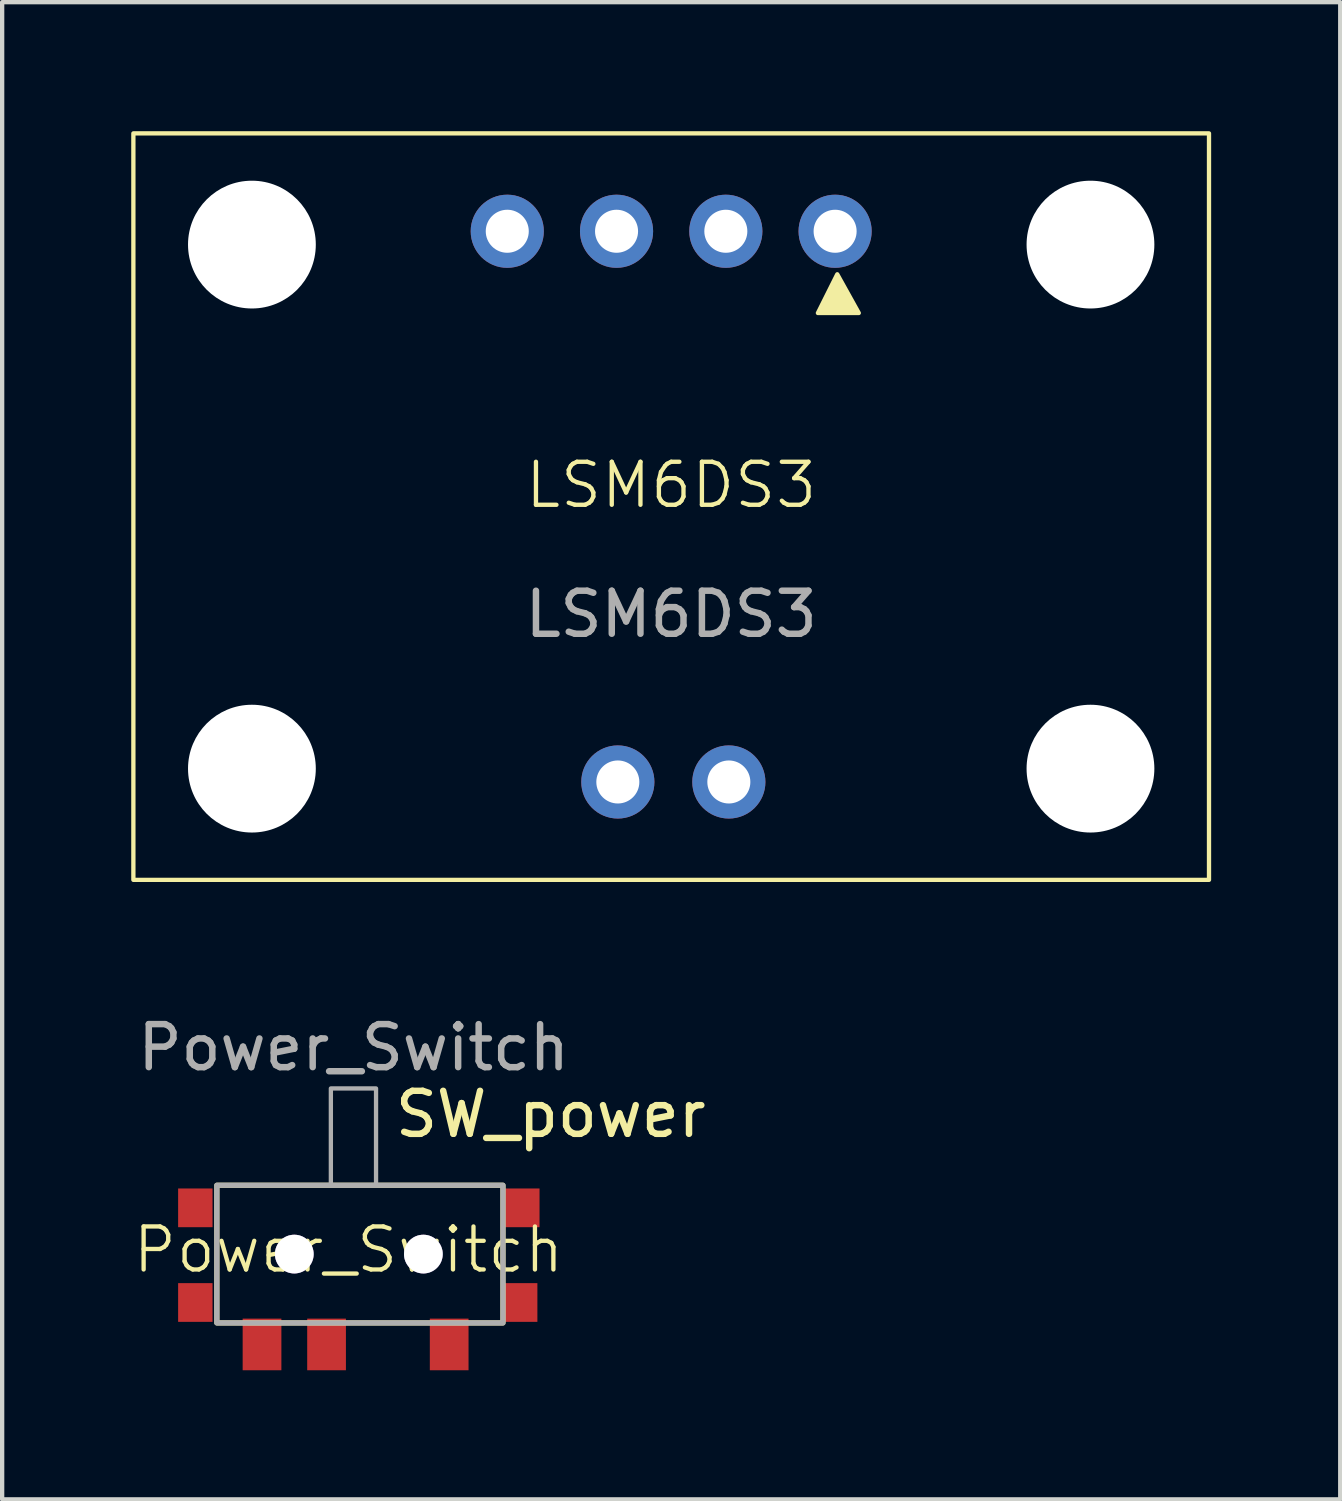
<source format=kicad_pcb>
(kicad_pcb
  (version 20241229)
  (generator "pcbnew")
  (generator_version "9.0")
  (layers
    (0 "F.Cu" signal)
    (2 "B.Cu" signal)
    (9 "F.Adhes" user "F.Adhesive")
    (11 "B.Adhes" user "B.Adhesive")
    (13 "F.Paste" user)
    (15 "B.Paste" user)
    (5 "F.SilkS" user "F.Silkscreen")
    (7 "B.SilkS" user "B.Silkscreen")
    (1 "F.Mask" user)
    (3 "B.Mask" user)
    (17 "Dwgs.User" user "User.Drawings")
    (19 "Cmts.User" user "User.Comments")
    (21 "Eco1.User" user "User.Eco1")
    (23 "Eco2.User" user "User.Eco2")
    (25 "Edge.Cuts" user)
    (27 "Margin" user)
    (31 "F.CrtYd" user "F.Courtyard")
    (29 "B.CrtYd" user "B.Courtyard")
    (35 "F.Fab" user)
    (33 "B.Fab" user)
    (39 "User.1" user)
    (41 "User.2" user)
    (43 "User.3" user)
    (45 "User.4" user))
  (footprint "LSM6DS3"
    (layer "F.Cu")
    (at 12.55 8.725)
    (property "Reference" "LSM6DS3" (at 0 -0.5 0) (unlocked yes) (layer "F.SilkS") (effects (font (size 1 1) (thickness 0.1))))
    (attr smd)
    (fp_rect (start -12.5 -8.675) (end 12.5 8.675) (stroke (width 0.1) (type default)) (fill no) (layer "F.SilkS"))
    (fp_poly (pts (xy 3.41 -4.5) (xy 4.36 -4.5) (xy 3.86 -5.4)) (stroke (width 0.1) (type solid)) (fill yes) (layer "F.SilkS"))
    (fp_text user "${REFERENCE}" (at 0 2.5 0) (unlocked yes) (layer "F.Fab") (effects (font (size 1 1) (thickness 0.15))))
    (pad "" np_thru_hole circle (at -9.745 -6.09) (size 2.97 2.97) (drill 2.97) (layers "*.Cu" "*.Mask"))
    (pad "" np_thru_hole circle (at -9.745 6.09) (size 2.97 2.97) (drill 2.97) (layers "*.Cu" "*.Mask"))
    (pad "" np_thru_hole circle (at 9.745 -6.09) (size 2.97 2.97) (drill 2.97) (layers "*.Cu" "*.Mask"))
    (pad "" np_thru_hole circle (at 9.745 6.09) (size 2.97 2.97) (drill 2.97) (layers "*.Cu" "*.Mask"))
    (pad "1" thru_hole circle (at 3.81 -6.4) (size 1.7 1.7) (drill 1) (layers "*.Cu" "*.Mask"))
    (pad "2" thru_hole circle (at 1.27 -6.4) (size 1.7 1.7) (drill 1) (layers "*.Cu" "*.Mask"))
    (pad "3" thru_hole circle (at -1.27 -6.4) (size 1.7 1.7) (drill 1) (layers "*.Cu" "*.Mask"))
    (pad "4" thru_hole circle (at -3.81 -6.4) (size 1.7 1.7) (drill 1) (layers "*.Cu" "*.Mask"))
    (pad "5" thru_hole circle (at 1.34 6.4) (size 1.7 1.7) (drill 1) (layers "*.Cu" "*.Mask"))
    (pad "6" thru_hole circle (at -1.24 6.4) (size 1.7 1.7) (drill 1) (layers "*.Cu" "*.Mask")))
  (footprint "Power_Switch"
    (layer "F.Cu")
    (at 5.05 26.498)
    (property "Reference" "Power_Switch" (at 0 -0.5 0) (unlocked yes) (layer "F.SilkS") (effects (font (size 1 1) (thickness 0.1))))
    (attr smd)
    (fp_rect (start -3.06 -2) (end 3.59 1.2) (stroke (width 0.12) (type solid)) (fill no) (layer "F.SilkS"))
    (fp_rect (start -3.06 -2) (end 3.59 1.2) (stroke (width 0.12) (type solid)) (fill no) (layer "F.Fab"))
    (fp_rect (start -0.41 -2) (end 0.64 -4.25) (stroke (width 0.1) (type solid)) (fill no) (layer "F.Fab"))
    (fp_text user "SW_power" (at 4.7 -3.65 0) (unlocked yes) (layer "F.SilkS") (effects (font (size 1 1) (thickness 0.15))))
    (fp_text user "${REFERENCE}" (at 0.12 -5.2 0) (unlocked yes) (layer "F.Fab") (effects (font (size 1 1) (thickness 0.15))))
    (pad "1" smd rect (at 2.34 1.7) (size 0.9 1.2) (layers "F.Cu" "F.Mask" "F.Paste"))
    (pad "2" smd rect (at -0.51 1.7) (size 0.9 1.2) (layers "F.Cu" "F.Mask" "F.Paste"))
    (pad "3" smd rect (at -2.01 1.7) (size 0.9 1.2) (layers "F.Cu" "F.Mask" "F.Paste"))
    (pad "MH1" thru_hole circle (at -1.26 -0.4) (size 0.9 0.9) (drill 0.9) (layers "*.Cu" "*.Mask"))
    (pad "MH2" thru_hole circle (at 1.74 -0.4) (size 0.9 0.9) (drill 0.9) (layers "*.Cu" "*.Mask"))
    (pad "MP1" smd rect (at -3.56 0.725) (size 0.8 0.9) (layers "F.Cu" "F.Mask" "F.Paste"))
    (pad "MP2" smd rect (at 3.99 0.725) (size 0.8 0.9) (layers "F.Cu" "F.Mask" "F.Paste"))
    (pad "MP3" smd rect (at 4.04 -1.475) (size 0.8 0.9) (layers "F.Cu" "F.Mask" "F.Paste"))
    (pad "MP4" smd rect (at -3.56 -1.475) (size 0.8 0.9) (layers "F.Cu" "F.Mask" "F.Paste")))
  (gr_rect
    (start -3 -3)
    (end 28.1 31.798)
    (stroke (width 0.1) (type default))
    (fill no)
    (layer "Edge.Cuts")))
</source>
